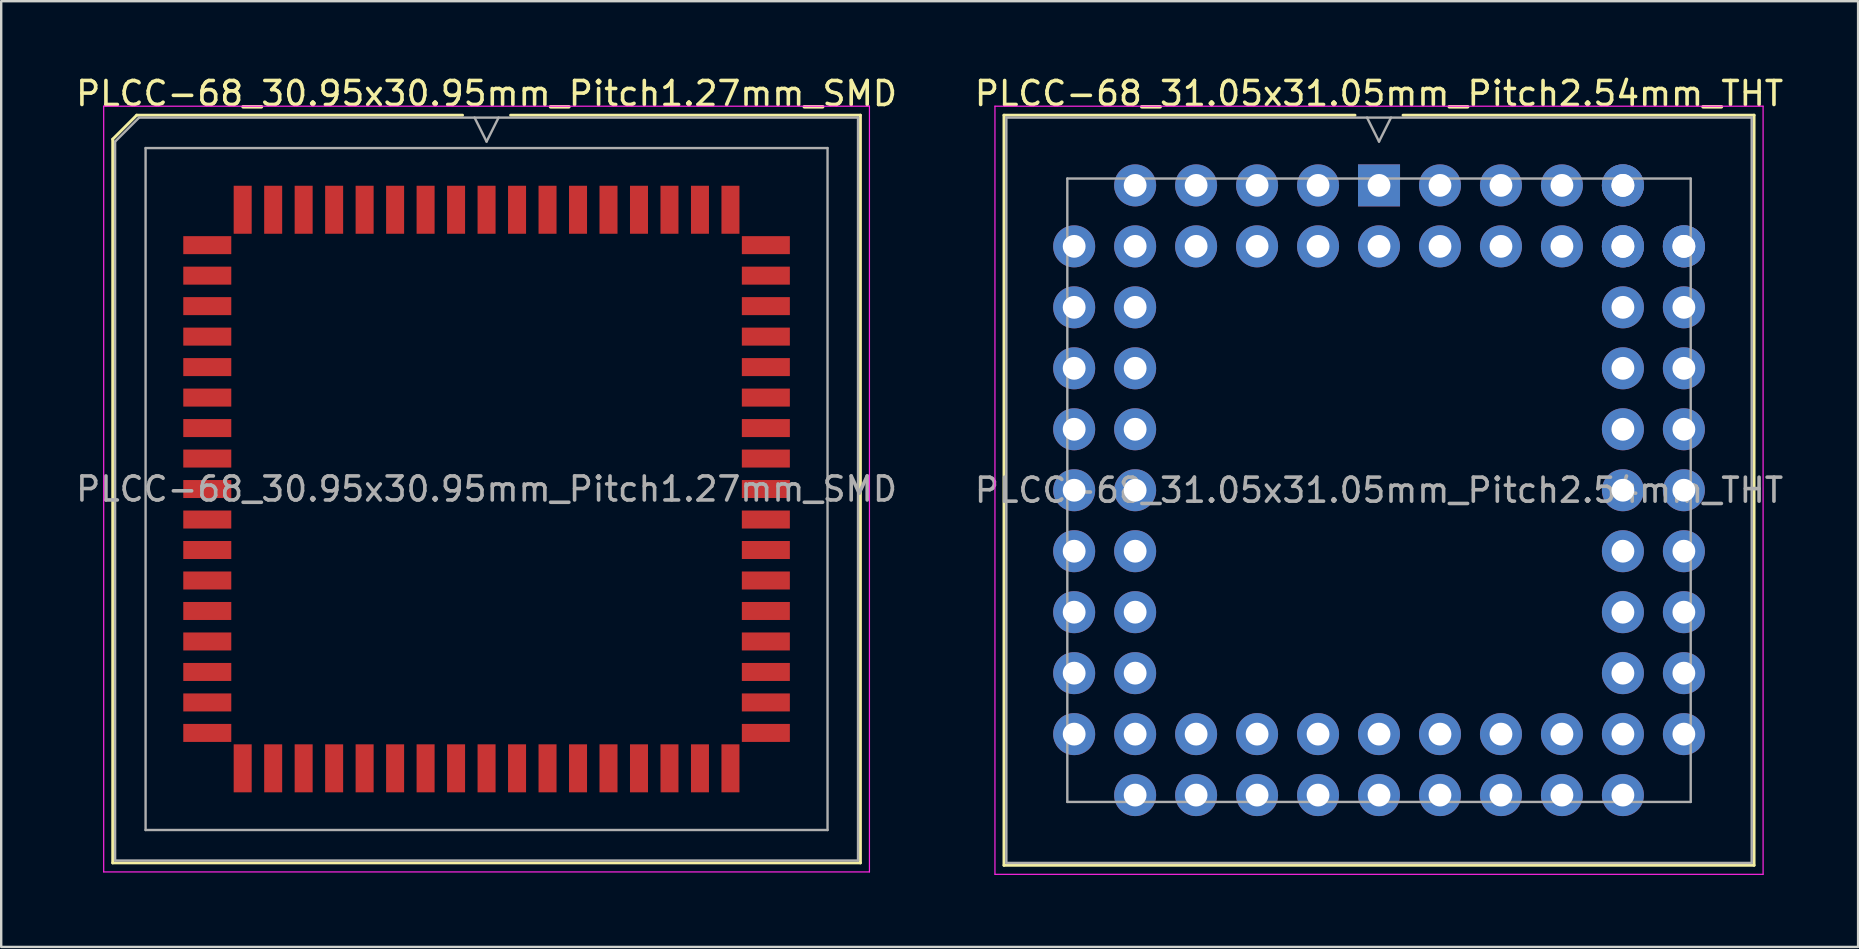
<source format=kicad_pcb>
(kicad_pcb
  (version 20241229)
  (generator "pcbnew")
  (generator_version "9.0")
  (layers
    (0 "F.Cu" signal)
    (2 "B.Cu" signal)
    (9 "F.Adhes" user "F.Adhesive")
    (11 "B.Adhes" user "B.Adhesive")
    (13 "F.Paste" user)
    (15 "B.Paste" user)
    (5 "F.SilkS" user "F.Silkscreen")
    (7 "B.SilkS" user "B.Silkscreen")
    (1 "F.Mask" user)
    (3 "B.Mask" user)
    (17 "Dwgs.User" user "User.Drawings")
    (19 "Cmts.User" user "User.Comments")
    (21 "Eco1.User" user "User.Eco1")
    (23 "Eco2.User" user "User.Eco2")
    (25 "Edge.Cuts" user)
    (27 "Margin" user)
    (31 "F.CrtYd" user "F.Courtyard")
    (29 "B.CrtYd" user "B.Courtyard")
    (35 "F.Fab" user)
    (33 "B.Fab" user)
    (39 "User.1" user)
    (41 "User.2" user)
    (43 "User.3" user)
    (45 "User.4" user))
  (footprint "PLCC-68_30.95x30.95mm_Pitch1.27mm_SMD"
    (layer "F.Cu")
    (at 17.22 17.323)
    (property "Reference" "PLCC-68_30.95x30.95mm_Pitch1.27mm_SMD" (at 0 -16.475 0) (layer "F.SilkS") (effects (font (size 1 1) (thickness 0.15))))
    (attr smd)
    (fp_line (start -15.575 -14.575) (end -15.575 15.575) (stroke (width 0.12) (type solid)) (layer "F.SilkS"))
    (fp_line (start -15.575 15.575) (end 15.575 15.575) (stroke (width 0.12) (type solid)) (layer "F.SilkS"))
    (fp_line (start -14.575 -15.575) (end -15.575 -14.575) (stroke (width 0.12) (type solid)) (layer "F.SilkS"))
    (fp_line (start -1 -15.575) (end -14.575 -15.575) (stroke (width 0.12) (type solid)) (layer "F.SilkS"))
    (fp_line (start 15.575 -15.575) (end 1 -15.575) (stroke (width 0.12) (type solid)) (layer "F.SilkS"))
    (fp_line (start 15.575 15.575) (end 15.575 -15.575) (stroke (width 0.12) (type solid)) (layer "F.SilkS"))
    (fp_line (start -15.95 -15.95) (end -15.95 15.95) (stroke (width 0.05) (type solid)) (layer "F.CrtYd"))
    (fp_line (start -15.95 15.95) (end 15.95 15.95) (stroke (width 0.05) (type solid)) (layer "F.CrtYd"))
    (fp_line (start 15.95 -15.95) (end -15.95 -15.95) (stroke (width 0.05) (type solid)) (layer "F.CrtYd"))
    (fp_line (start 15.95 15.95) (end 15.95 -15.95) (stroke (width 0.05) (type solid)) (layer "F.CrtYd"))
    (fp_line (start -15.475 -14.475) (end -15.475 15.475) (stroke (width 0.1) (type solid)) (layer "F.Fab"))
    (fp_line (start -15.475 15.475) (end 15.475 15.475) (stroke (width 0.1) (type solid)) (layer "F.Fab"))
    (fp_line (start -14.475 -15.475) (end -15.475 -14.475) (stroke (width 0.1) (type solid)) (layer "F.Fab"))
    (fp_line (start -14.205 -14.205) (end -14.205 14.205) (stroke (width 0.1) (type solid)) (layer "F.Fab"))
    (fp_line (start -14.205 14.205) (end 14.205 14.205) (stroke (width 0.1) (type solid)) (layer "F.Fab"))
    (fp_line (start -0.5 -15.475) (end 0 -14.475) (stroke (width 0.1) (type solid)) (layer "F.Fab"))
    (fp_line (start 0 -14.475) (end 0.5 -15.475) (stroke (width 0.1) (type solid)) (layer "F.Fab"))
    (fp_line (start 14.205 -14.205) (end -14.205 -14.205) (stroke (width 0.1) (type solid)) (layer "F.Fab"))
    (fp_line (start 14.205 14.205) (end 14.205 -14.205) (stroke (width 0.1) (type solid)) (layer "F.Fab"))
    (fp_line (start 15.475 -15.475) (end -14.475 -15.475) (stroke (width 0.1) (type solid)) (layer "F.Fab"))
    (fp_line (start 15.475 15.475) (end 15.475 -15.475) (stroke (width 0.1) (type solid)) (layer "F.Fab"))
    (fp_text user "${REFERENCE}" (at 0 0 0) (layer "F.Fab") (effects (font (size 1 1) (thickness 0.15))))
    (pad "1" smd rect (at 0 -11.635) (size 0.75 2) (layers "F.Cu" "F.Mask" "F.Paste"))
    (pad "2" smd rect (at -1.27 -11.635) (size 0.75 2) (layers "F.Cu" "F.Mask" "F.Paste"))
    (pad "3" smd rect (at -2.54 -11.635) (size 0.75 2) (layers "F.Cu" "F.Mask" "F.Paste"))
    (pad "4" smd rect (at -3.81 -11.635) (size 0.75 2) (layers "F.Cu" "F.Mask" "F.Paste"))
    (pad "5" smd rect (at -5.08 -11.635) (size 0.75 2) (layers "F.Cu" "F.Mask" "F.Paste"))
    (pad "6" smd rect (at -6.35 -11.635) (size 0.75 2) (layers "F.Cu" "F.Mask" "F.Paste"))
    (pad "7" smd rect (at -7.62 -11.635) (size 0.75 2) (layers "F.Cu" "F.Mask" "F.Paste"))
    (pad "8" smd rect (at -8.89 -11.635) (size 0.75 2) (layers "F.Cu" "F.Mask" "F.Paste"))
    (pad "9" smd rect (at -10.16 -11.635) (size 0.75 2) (layers "F.Cu" "F.Mask" "F.Paste"))
    (pad "10" smd rect (at -11.635 -10.16) (size 2 0.75) (layers "F.Cu" "F.Mask" "F.Paste"))
    (pad "11" smd rect (at -11.635 -8.89) (size 2 0.75) (layers "F.Cu" "F.Mask" "F.Paste"))
    (pad "12" smd rect (at -11.635 -7.62) (size 2 0.75) (layers "F.Cu" "F.Mask" "F.Paste"))
    (pad "13" smd rect (at -11.635 -6.35) (size 2 0.75) (layers "F.Cu" "F.Mask" "F.Paste"))
    (pad "14" smd rect (at -11.635 -5.08) (size 2 0.75) (layers "F.Cu" "F.Mask" "F.Paste"))
    (pad "15" smd rect (at -11.635 -3.81) (size 2 0.75) (layers "F.Cu" "F.Mask" "F.Paste"))
    (pad "16" smd rect (at -11.635 -2.54) (size 2 0.75) (layers "F.Cu" "F.Mask" "F.Paste"))
    (pad "17" smd rect (at -11.635 -1.27) (size 2 0.75) (layers "F.Cu" "F.Mask" "F.Paste"))
    (pad "18" smd rect (at -11.635 0) (size 2 0.75) (layers "F.Cu" "F.Mask" "F.Paste"))
    (pad "19" smd rect (at -11.635 1.27) (size 2 0.75) (layers "F.Cu" "F.Mask" "F.Paste"))
    (pad "20" smd rect (at -11.635 2.54) (size 2 0.75) (layers "F.Cu" "F.Mask" "F.Paste"))
    (pad "21" smd rect (at -11.635 3.81) (size 2 0.75) (layers "F.Cu" "F.Mask" "F.Paste"))
    (pad "22" smd rect (at -11.635 5.08) (size 2 0.75) (layers "F.Cu" "F.Mask" "F.Paste"))
    (pad "23" smd rect (at -11.635 6.35) (size 2 0.75) (layers "F.Cu" "F.Mask" "F.Paste"))
    (pad "24" smd rect (at -11.635 7.62) (size 2 0.75) (layers "F.Cu" "F.Mask" "F.Paste"))
    (pad "25" smd rect (at -11.635 8.89) (size 2 0.75) (layers "F.Cu" "F.Mask" "F.Paste"))
    (pad "26" smd rect (at -11.635 10.16) (size 2 0.75) (layers "F.Cu" "F.Mask" "F.Paste"))
    (pad "27" smd rect (at -10.16 11.635) (size 0.75 2) (layers "F.Cu" "F.Mask" "F.Paste"))
    (pad "28" smd rect (at -8.89 11.635) (size 0.75 2) (layers "F.Cu" "F.Mask" "F.Paste"))
    (pad "29" smd rect (at -7.62 11.635) (size 0.75 2) (layers "F.Cu" "F.Mask" "F.Paste"))
    (pad "30" smd rect (at -6.35 11.635) (size 0.75 2) (layers "F.Cu" "F.Mask" "F.Paste"))
    (pad "31" smd rect (at -5.08 11.635) (size 0.75 2) (layers "F.Cu" "F.Mask" "F.Paste"))
    (pad "32" smd rect (at -3.81 11.635) (size 0.75 2) (layers "F.Cu" "F.Mask" "F.Paste"))
    (pad "33" smd rect (at -2.54 11.635) (size 0.75 2) (layers "F.Cu" "F.Mask" "F.Paste"))
    (pad "34" smd rect (at -1.27 11.635) (size 0.75 2) (layers "F.Cu" "F.Mask" "F.Paste"))
    (pad "35" smd rect (at 0 11.635) (size 0.75 2) (layers "F.Cu" "F.Mask" "F.Paste"))
    (pad "36" smd rect (at 1.27 11.635) (size 0.75 2) (layers "F.Cu" "F.Mask" "F.Paste"))
    (pad "37" smd rect (at 2.54 11.635) (size 0.75 2) (layers "F.Cu" "F.Mask" "F.Paste"))
    (pad "38" smd rect (at 3.81 11.635) (size 0.75 2) (layers "F.Cu" "F.Mask" "F.Paste"))
    (pad "39" smd rect (at 5.08 11.635) (size 0.75 2) (layers "F.Cu" "F.Mask" "F.Paste"))
    (pad "40" smd rect (at 6.35 11.635) (size 0.75 2) (layers "F.Cu" "F.Mask" "F.Paste"))
    (pad "41" smd rect (at 7.62 11.635) (size 0.75 2) (layers "F.Cu" "F.Mask" "F.Paste"))
    (pad "42" smd rect (at 8.89 11.635) (size 0.75 2) (layers "F.Cu" "F.Mask" "F.Paste"))
    (pad "43" smd rect (at 10.16 11.635) (size 0.75 2) (layers "F.Cu" "F.Mask" "F.Paste"))
    (pad "44" smd rect (at 11.635 10.16) (size 2 0.75) (layers "F.Cu" "F.Mask" "F.Paste"))
    (pad "45" smd rect (at 11.635 8.89) (size 2 0.75) (layers "F.Cu" "F.Mask" "F.Paste"))
    (pad "46" smd rect (at 11.635 7.62) (size 2 0.75) (layers "F.Cu" "F.Mask" "F.Paste"))
    (pad "47" smd rect (at 11.635 6.35) (size 2 0.75) (layers "F.Cu" "F.Mask" "F.Paste"))
    (pad "48" smd rect (at 11.635 5.08) (size 2 0.75) (layers "F.Cu" "F.Mask" "F.Paste"))
    (pad "49" smd rect (at 11.635 3.81) (size 2 0.75) (layers "F.Cu" "F.Mask" "F.Paste"))
    (pad "50" smd rect (at 11.635 2.54) (size 2 0.75) (layers "F.Cu" "F.Mask" "F.Paste"))
    (pad "51" smd rect (at 11.635 1.27) (size 2 0.75) (layers "F.Cu" "F.Mask" "F.Paste"))
    (pad "52" smd rect (at 11.635 0) (size 2 0.75) (layers "F.Cu" "F.Mask" "F.Paste"))
    (pad "53" smd rect (at 11.635 -1.27) (size 2 0.75) (layers "F.Cu" "F.Mask" "F.Paste"))
    (pad "54" smd rect (at 11.635 -2.54) (size 2 0.75) (layers "F.Cu" "F.Mask" "F.Paste"))
    (pad "55" smd rect (at 11.635 -3.81) (size 2 0.75) (layers "F.Cu" "F.Mask" "F.Paste"))
    (pad "56" smd rect (at 11.635 -5.08) (size 2 0.75) (layers "F.Cu" "F.Mask" "F.Paste"))
    (pad "57" smd rect (at 11.635 -6.35) (size 2 0.75) (layers "F.Cu" "F.Mask" "F.Paste"))
    (pad "58" smd rect (at 11.635 -7.62) (size 2 0.75) (layers "F.Cu" "F.Mask" "F.Paste"))
    (pad "59" smd rect (at 11.635 -8.89) (size 2 0.75) (layers "F.Cu" "F.Mask" "F.Paste"))
    (pad "60" smd rect (at 11.635 -10.16) (size 2 0.75) (layers "F.Cu" "F.Mask" "F.Paste"))
    (pad "61" smd rect (at 10.16 -11.635) (size 0.75 2) (layers "F.Cu" "F.Mask" "F.Paste"))
    (pad "62" smd rect (at 8.89 -11.635) (size 0.75 2) (layers "F.Cu" "F.Mask" "F.Paste"))
    (pad "63" smd rect (at 7.62 -11.635) (size 0.75 2) (layers "F.Cu" "F.Mask" "F.Paste"))
    (pad "64" smd rect (at 6.35 -11.635) (size 0.75 2) (layers "F.Cu" "F.Mask" "F.Paste"))
    (pad "65" smd rect (at 5.08 -11.635) (size 0.75 2) (layers "F.Cu" "F.Mask" "F.Paste"))
    (pad "66" smd rect (at 3.81 -11.635) (size 0.75 2) (layers "F.Cu" "F.Mask" "F.Paste"))
    (pad "67" smd rect (at 2.54 -11.635) (size 0.75 2) (layers "F.Cu" "F.Mask" "F.Paste"))
    (pad "68" smd rect (at 1.27 -11.635) (size 0.75 2) (layers "F.Cu" "F.Mask" "F.Paste")))
  (footprint "PLCC-68_31.05x31.05mm_Pitch2.54mm_THT"
    (layer "F.Cu")
    (at 54.399 17.373)
    (property "Reference" "PLCC-68_31.05x31.05mm_Pitch2.54mm_THT" (at 0 -16.525 0) (layer "F.SilkS") (effects (font (size 1 1) (thickness 0.15))))
    (attr through_hole)
    (fp_line (start -15.625 -15.625) (end -15.625 15.625) (stroke (width 0.12) (type solid)) (layer "F.SilkS"))
    (fp_line (start -15.625 15.625) (end 15.625 15.625) (stroke (width 0.12) (type solid)) (layer "F.SilkS"))
    (fp_line (start -1 -15.625) (end -15.625 -15.625) (stroke (width 0.12) (type solid)) (layer "F.SilkS"))
    (fp_line (start 15.625 -15.625) (end 1 -15.625) (stroke (width 0.12) (type solid)) (layer "F.SilkS"))
    (fp_line (start 15.625 15.625) (end 15.625 -15.625) (stroke (width 0.12) (type solid)) (layer "F.SilkS"))
    (fp_line (start -16 -16) (end -16 16) (stroke (width 0.05) (type solid)) (layer "F.CrtYd"))
    (fp_line (start -16 16) (end 16 16) (stroke (width 0.05) (type solid)) (layer "F.CrtYd"))
    (fp_line (start 16 -16) (end -16 -16) (stroke (width 0.05) (type solid)) (layer "F.CrtYd"))
    (fp_line (start 16 16) (end 16 -16) (stroke (width 0.05) (type solid)) (layer "F.CrtYd"))
    (fp_line (start -15.525 -15.525) (end -15.525 15.525) (stroke (width 0.1) (type solid)) (layer "F.Fab"))
    (fp_line (start -15.525 15.525) (end 15.525 15.525) (stroke (width 0.1) (type solid)) (layer "F.Fab"))
    (fp_line (start -12.985 -12.985) (end -12.985 12.985) (stroke (width 0.1) (type solid)) (layer "F.Fab"))
    (fp_line (start -12.985 12.985) (end 12.985 12.985) (stroke (width 0.1) (type solid)) (layer "F.Fab"))
    (fp_line (start -0.5 -15.525) (end 0 -14.525) (stroke (width 0.1) (type solid)) (layer "F.Fab"))
    (fp_line (start 0 -14.525) (end 0.5 -15.525) (stroke (width 0.1) (type solid)) (layer "F.Fab"))
    (fp_line (start 12.985 -12.985) (end -12.985 -12.985) (stroke (width 0.1) (type solid)) (layer "F.Fab"))
    (fp_line (start 12.985 12.985) (end 12.985 -12.985) (stroke (width 0.1) (type solid)) (layer "F.Fab"))
    (fp_line (start 15.525 -15.525) (end -15.525 -15.525) (stroke (width 0.1) (type solid)) (layer "F.Fab"))
    (fp_line (start 15.525 15.525) (end 15.525 -15.525) (stroke (width 0.1) (type solid)) (layer "F.Fab"))
    (fp_text user "${REFERENCE}" (at 0 0 0) (layer "F.Fab") (effects (font (size 1 1) (thickness 0.15))))
    (pad "1" thru_hole rect (at 0 -12.7) (size 1.75 1.75) (drill 0.95) (layers "*.Cu" "*.Mask"))
    (pad "2" thru_hole circle (at 0 -10.16) (size 1.75 1.75) (drill 0.95) (layers "*.Cu" "*.Mask"))
    (pad "3" thru_hole circle (at -2.54 -12.7) (size 1.75 1.75) (drill 0.95) (layers "*.Cu" "*.Mask"))
    (pad "4" thru_hole circle (at -2.54 -10.16) (size 1.75 1.75) (drill 0.95) (layers "*.Cu" "*.Mask"))
    (pad "5" thru_hole circle (at -5.08 -12.7) (size 1.75 1.75) (drill 0.95) (layers "*.Cu" "*.Mask"))
    (pad "6" thru_hole circle (at -5.08 -10.16) (size 1.75 1.75) (drill 0.95) (layers "*.Cu" "*.Mask"))
    (pad "7" thru_hole circle (at -7.62 -12.7) (size 1.75 1.75) (drill 0.95) (layers "*.Cu" "*.Mask"))
    (pad "8" thru_hole circle (at -7.62 -10.16) (size 1.75 1.75) (drill 0.95) (layers "*.Cu" "*.Mask"))
    (pad "9" thru_hole circle (at -10.16 -12.7) (size 1.75 1.75) (drill 0.95) (layers "*.Cu" "*.Mask"))
    (pad "10" thru_hole circle (at -12.7 -10.16) (size 1.75 1.75) (drill 0.95) (layers "*.Cu" "*.Mask"))
    (pad "11" thru_hole circle (at -10.16 -10.16) (size 1.75 1.75) (drill 0.95) (layers "*.Cu" "*.Mask"))
    (pad "12" thru_hole circle (at -12.7 -7.62) (size 1.75 1.75) (drill 0.95) (layers "*.Cu" "*.Mask"))
    (pad "13" thru_hole circle (at -10.16 -7.62) (size 1.75 1.75) (drill 0.95) (layers "*.Cu" "*.Mask"))
    (pad "14" thru_hole circle (at -12.7 -5.08) (size 1.75 1.75) (drill 0.95) (layers "*.Cu" "*.Mask"))
    (pad "15" thru_hole circle (at -10.16 -5.08) (size 1.75 1.75) (drill 0.95) (layers "*.Cu" "*.Mask"))
    (pad "16" thru_hole circle (at -12.7 -2.54) (size 1.75 1.75) (drill 0.95) (layers "*.Cu" "*.Mask"))
    (pad "17" thru_hole circle (at -10.16 -2.54) (size 1.75 1.75) (drill 0.95) (layers "*.Cu" "*.Mask"))
    (pad "18" thru_hole circle (at -12.7 0) (size 1.75 1.75) (drill 0.95) (layers "*.Cu" "*.Mask"))
    (pad "19" thru_hole circle (at -10.16 0) (size 1.75 1.75) (drill 0.95) (layers "*.Cu" "*.Mask"))
    (pad "20" thru_hole circle (at -12.7 2.54) (size 1.75 1.75) (drill 0.95) (layers "*.Cu" "*.Mask"))
    (pad "21" thru_hole circle (at -10.16 2.54) (size 1.75 1.75) (drill 0.95) (layers "*.Cu" "*.Mask"))
    (pad "22" thru_hole circle (at -12.7 5.08) (size 1.75 1.75) (drill 0.95) (layers "*.Cu" "*.Mask"))
    (pad "23" thru_hole circle (at -10.16 5.08) (size 1.75 1.75) (drill 0.95) (layers "*.Cu" "*.Mask"))
    (pad "24" thru_hole circle (at -12.7 7.62) (size 1.75 1.75) (drill 0.95) (layers "*.Cu" "*.Mask"))
    (pad "25" thru_hole circle (at -10.16 7.62) (size 1.75 1.75) (drill 0.95) (layers "*.Cu" "*.Mask"))
    (pad "26" thru_hole circle (at -12.7 10.16) (size 1.75 1.75) (drill 0.95) (layers "*.Cu" "*.Mask"))
    (pad "27" thru_hole circle (at -10.16 12.7) (size 1.75 1.75) (drill 0.95) (layers "*.Cu" "*.Mask"))
    (pad "28" thru_hole circle (at -10.16 10.16) (size 1.75 1.75) (drill 0.95) (layers "*.Cu" "*.Mask"))
    (pad "29" thru_hole circle (at -7.62 12.7) (size 1.75 1.75) (drill 0.95) (layers "*.Cu" "*.Mask"))
    (pad "30" thru_hole circle (at -7.62 10.16) (size 1.75 1.75) (drill 0.95) (layers "*.Cu" "*.Mask"))
    (pad "31" thru_hole circle (at -5.08 12.7) (size 1.75 1.75) (drill 0.95) (layers "*.Cu" "*.Mask"))
    (pad "32" thru_hole circle (at -5.08 10.16) (size 1.75 1.75) (drill 0.95) (layers "*.Cu" "*.Mask"))
    (pad "33" thru_hole circle (at -2.54 12.7) (size 1.75 1.75) (drill 0.95) (layers "*.Cu" "*.Mask"))
    (pad "34" thru_hole circle (at -2.54 10.16) (size 1.75 1.75) (drill 0.95) (layers "*.Cu" "*.Mask"))
    (pad "35" thru_hole circle (at 0 12.7) (size 1.75 1.75) (drill 0.95) (layers "*.Cu" "*.Mask"))
    (pad "36" thru_hole circle (at 0 10.16) (size 1.75 1.75) (drill 0.95) (layers "*.Cu" "*.Mask"))
    (pad "37" thru_hole circle (at 2.54 12.7) (size 1.75 1.75) (drill 0.95) (layers "*.Cu" "*.Mask"))
    (pad "38" thru_hole circle (at 2.54 10.16) (size 1.75 1.75) (drill 0.95) (layers "*.Cu" "*.Mask"))
    (pad "39" thru_hole circle (at 5.08 12.7) (size 1.75 1.75) (drill 0.95) (layers "*.Cu" "*.Mask"))
    (pad "40" thru_hole circle (at 5.08 10.16) (size 1.75 1.75) (drill 0.95) (layers "*.Cu" "*.Mask"))
    (pad "41" thru_hole circle (at 7.62 12.7) (size 1.75 1.75) (drill 0.95) (layers "*.Cu" "*.Mask"))
    (pad "42" thru_hole circle (at 7.62 10.16) (size 1.75 1.75) (drill 0.95) (layers "*.Cu" "*.Mask"))
    (pad "43" thru_hole circle (at 10.16 12.7) (size 1.75 1.75) (drill 0.95) (layers "*.Cu" "*.Mask"))
    (pad "44" thru_hole circle (at 10.16 10.16) (size 1.75 1.75) (drill 0.95) (layers "*.Cu" "*.Mask"))
    (pad "44" thru_hole circle (at 12.7 10.16) (size 1.75 1.75) (drill 0.95) (layers "*.Cu" "*.Mask"))
    (pad "45" thru_hole circle (at 10.16 7.62) (size 1.75 1.75) (drill 0.95) (layers "*.Cu" "*.Mask"))
    (pad "46" thru_hole circle (at 12.7 7.62) (size 1.75 1.75) (drill 0.95) (layers "*.Cu" "*.Mask"))
    (pad "47" thru_hole circle (at 10.16 5.08) (size 1.75 1.75) (drill 0.95) (layers "*.Cu" "*.Mask"))
    (pad "48" thru_hole circle (at 12.7 5.08) (size 1.75 1.75) (drill 0.95) (layers "*.Cu" "*.Mask"))
    (pad "49" thru_hole circle (at 10.16 2.54) (size 1.75 1.75) (drill 0.95) (layers "*.Cu" "*.Mask"))
    (pad "50" thru_hole circle (at 12.7 2.54) (size 1.75 1.75) (drill 0.95) (layers "*.Cu" "*.Mask"))
    (pad "51" thru_hole circle (at 10.16 0) (size 1.75 1.75) (drill 0.95) (layers "*.Cu" "*.Mask"))
    (pad "52" thru_hole circle (at 12.7 0) (size 1.75 1.75) (drill 0.95) (layers "*.Cu" "*.Mask"))
    (pad "53" thru_hole circle (at 10.16 -2.54) (size 1.75 1.75) (drill 0.95) (layers "*.Cu" "*.Mask"))
    (pad "54" thru_hole circle (at 12.7 -2.54) (size 1.75 1.75) (drill 0.95) (layers "*.Cu" "*.Mask"))
    (pad "55" thru_hole circle (at 10.16 -5.08) (size 1.75 1.75) (drill 0.95) (layers "*.Cu" "*.Mask"))
    (pad "56" thru_hole circle (at 12.7 -5.08) (size 1.75 1.75) (drill 0.95) (layers "*.Cu" "*.Mask"))
    (pad "57" thru_hole circle (at 10.16 -7.62) (size 1.75 1.75) (drill 0.95) (layers "*.Cu" "*.Mask"))
    (pad "58" thru_hole circle (at 12.7 -7.62) (size 1.75 1.75) (drill 0.95) (layers "*.Cu" "*.Mask"))
    (pad "59" thru_hole circle (at 10.16 -10.16) (size 1.75 1.75) (drill 0.95) (layers "*.Cu" "*.Mask"))
    (pad "60" thru_hole circle (at 12.7 -10.16) (size 1.75 1.75) (drill 0.95) (layers "*.Cu" "*.Mask"))
    (pad "60" thru_hole circle (at 12.7 -10.16) (size 1.75 1.75) (drill 0.95) (layers "*.Cu" "*.Mask"))
    (pad "61" thru_hole circle (at 10.16 -12.7) (size 1.75 1.75) (drill 0.95) (layers "*.Cu" "*.Mask"))
    (pad "61" thru_hole circle (at 10.16 -12.7) (size 1.75 1.75) (drill 0.95) (layers "*.Cu" "*.Mask"))
    (pad "62" thru_hole circle (at 10.16 -10.16) (size 1.75 1.75) (drill 0.95) (layers "*.Cu" "*.Mask"))
    (pad "63" thru_hole circle (at 7.62 -12.7) (size 1.75 1.75) (drill 0.95) (layers "*.Cu" "*.Mask"))
    (pad "64" thru_hole circle (at 7.62 -10.16) (size 1.75 1.75) (drill 0.95) (layers "*.Cu" "*.Mask"))
    (pad "65" thru_hole circle (at 5.08 -12.7) (size 1.75 1.75) (drill 0.95) (layers "*.Cu" "*.Mask"))
    (pad "66" thru_hole circle (at 5.08 -10.16) (size 1.75 1.75) (drill 0.95) (layers "*.Cu" "*.Mask"))
    (pad "67" thru_hole circle (at 2.54 -12.7) (size 1.75 1.75) (drill 0.95) (layers "*.Cu" "*.Mask"))
    (pad "68" thru_hole circle (at 2.54 -10.16) (size 1.75 1.75) (drill 0.95) (layers "*.Cu" "*.Mask")))
  (gr_rect
    (start -3 -3)
    (end 74.357 36.398)
    (stroke (width 0.1) (type default))
    (fill no)
    (layer "Edge.Cuts")))
</source>
